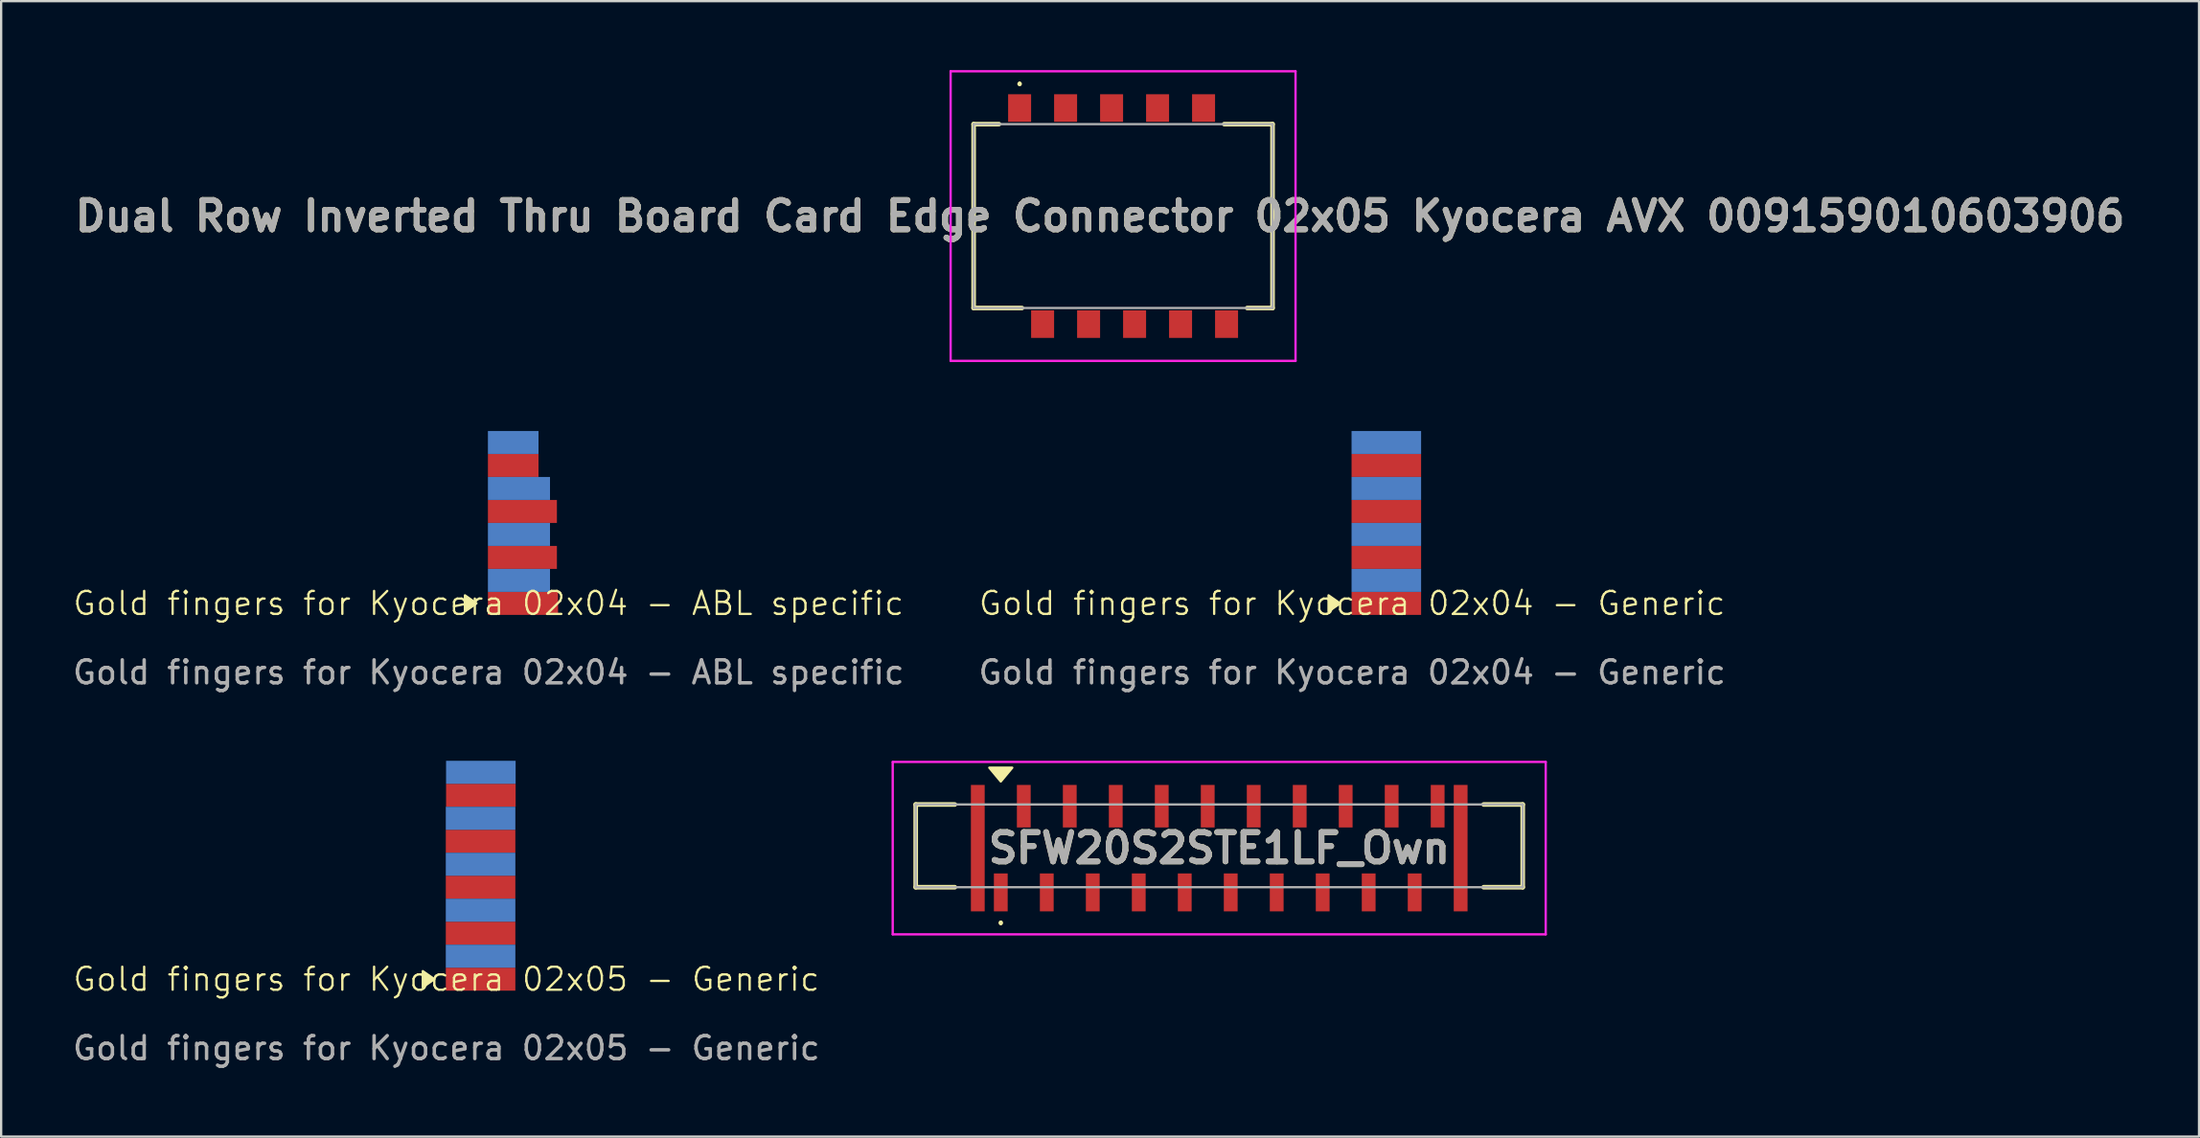
<source format=kicad_pcb>
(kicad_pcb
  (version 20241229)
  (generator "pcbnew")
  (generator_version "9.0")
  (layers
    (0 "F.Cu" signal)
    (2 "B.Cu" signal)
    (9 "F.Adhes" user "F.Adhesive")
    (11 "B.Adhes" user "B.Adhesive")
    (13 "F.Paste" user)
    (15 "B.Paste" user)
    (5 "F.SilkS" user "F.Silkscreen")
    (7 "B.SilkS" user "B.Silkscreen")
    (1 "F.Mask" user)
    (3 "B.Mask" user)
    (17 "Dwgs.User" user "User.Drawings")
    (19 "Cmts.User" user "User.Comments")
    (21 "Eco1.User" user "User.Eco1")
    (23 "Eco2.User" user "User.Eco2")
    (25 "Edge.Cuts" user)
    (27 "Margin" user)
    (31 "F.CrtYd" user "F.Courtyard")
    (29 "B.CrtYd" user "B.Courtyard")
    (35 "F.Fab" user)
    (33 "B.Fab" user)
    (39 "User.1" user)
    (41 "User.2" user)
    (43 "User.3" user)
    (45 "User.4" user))
  (footprint "SFW20S2STE1LF_Own"
    (layer "F.Cu")
    (at 49.976 33.848)
    (property "Reference" "SFW20S2STE1LF_Own" (at 0 0 0) (layer "F.SilkS") (effects (font (size 1.27 1.27) (thickness 0.254))))
    (attr smd)
    (fp_line (start -13.2 -1.9) (end -13.2 1.7) (stroke (width 0.2) (type solid)) (layer "F.SilkS"))
    (fp_line (start -13.2 1.7) (end -11.5 1.7) (stroke (width 0.2) (type solid)) (layer "F.SilkS"))
    (fp_line (start -11.5 -1.9) (end -13.2 -1.9) (stroke (width 0.2) (type solid)) (layer "F.SilkS"))
    (fp_line (start -9.5 3.2) (end -9.5 3.2) (stroke (width 0.1) (type solid)) (layer "F.SilkS"))
    (fp_line (start -9.5 3.3) (end -9.5 3.3) (stroke (width 0.1) (type solid)) (layer "F.SilkS"))
    (fp_line (start 11.5 -1.9) (end 13.2 -1.9) (stroke (width 0.2) (type solid)) (layer "F.SilkS"))
    (fp_line (start 13.2 -1.9) (end 13.2 1.7) (stroke (width 0.2) (type solid)) (layer "F.SilkS"))
    (fp_line (start 13.2 1.7) (end 11.5 1.7) (stroke (width 0.2) (type solid)) (layer "F.SilkS"))
    (fp_arc (start -9.5 3.2) (mid -9.45 3.25) (end -9.5 3.3) (stroke (width 0.1) (type solid)) (layer "F.SilkS"))
    (fp_arc (start -9.5 3.3) (mid -9.55 3.25) (end -9.5 3.2) (stroke (width 0.1) (type solid)) (layer "F.SilkS"))
    (fp_poly (pts (xy -9.5 -2.9) (xy -9 -3.5) (xy -10 -3.5)) (stroke (width 0.1) (type solid)) (fill yes) (layer "F.SilkS"))
    (fp_line (start -14.2 -3.75) (end 14.2 -3.75) (stroke (width 0.1) (type solid)) (layer "F.CrtYd"))
    (fp_line (start -14.2 3.75) (end -14.2 -3.75) (stroke (width 0.1) (type solid)) (layer "F.CrtYd"))
    (fp_line (start 14.2 -3.75) (end 14.2 3.75) (stroke (width 0.1) (type solid)) (layer "F.CrtYd"))
    (fp_line (start 14.2 3.75) (end -14.2 3.75) (stroke (width 0.1) (type solid)) (layer "F.CrtYd"))
    (fp_line (start -13.2 -1.9) (end 13.2 -1.9) (stroke (width 0.1) (type solid)) (layer "F.Fab"))
    (fp_line (start -13.2 1.7) (end -13.2 -1.9) (stroke (width 0.1) (type solid)) (layer "F.Fab"))
    (fp_line (start 13.2 -1.9) (end 13.2 1.7) (stroke (width 0.1) (type solid)) (layer "F.Fab"))
    (fp_line (start 13.2 1.7) (end -13.2 1.7) (stroke (width 0.1) (type solid)) (layer "F.Fab"))
    (fp_text user "${REFERENCE}" (at 0 0 0) (layer "F.Fab") (effects (font (size 1.27 1.27) (thickness 0.254))))
    (pad "1" smd rect (at -9.5 1.925) (size 0.6 1.65) (layers "F.Cu" "F.Mask" "F.Paste"))
    (pad "2" smd rect (at -8.5 -1.825) (size 0.6 1.85) (layers "F.Cu" "F.Mask" "F.Paste"))
    (pad "3" smd rect (at -7.5 1.925) (size 0.6 1.65) (layers "F.Cu" "F.Mask" "F.Paste"))
    (pad "4" smd rect (at -6.5 -1.825) (size 0.6 1.85) (layers "F.Cu" "F.Mask" "F.Paste"))
    (pad "5" smd rect (at -5.5 1.925) (size 0.6 1.65) (layers "F.Cu" "F.Mask" "F.Paste"))
    (pad "6" smd rect (at -4.5 -1.825) (size 0.6 1.85) (layers "F.Cu" "F.Mask" "F.Paste"))
    (pad "7" smd rect (at -3.5 1.925) (size 0.6 1.65) (layers "F.Cu" "F.Mask" "F.Paste"))
    (pad "8" smd rect (at -2.5 -1.825) (size 0.6 1.85) (layers "F.Cu" "F.Mask" "F.Paste"))
    (pad "9" smd rect (at -1.5 1.925) (size 0.6 1.65) (layers "F.Cu" "F.Mask" "F.Paste"))
    (pad "10" smd rect (at -0.5 -1.825) (size 0.6 1.85) (layers "F.Cu" "F.Mask" "F.Paste"))
    (pad "11" smd rect (at 0.5 1.925) (size 0.6 1.65) (layers "F.Cu" "F.Mask" "F.Paste"))
    (pad "12" smd rect (at 1.5 -1.825) (size 0.6 1.85) (layers "F.Cu" "F.Mask" "F.Paste"))
    (pad "13" smd rect (at 2.5 1.925) (size 0.6 1.65) (layers "F.Cu" "F.Mask" "F.Paste"))
    (pad "14" smd rect (at 3.5 -1.825) (size 0.6 1.85) (layers "F.Cu" "F.Mask" "F.Paste"))
    (pad "15" smd rect (at 4.5 1.925) (size 0.6 1.65) (layers "F.Cu" "F.Mask" "F.Paste"))
    (pad "16" smd rect (at 5.5 -1.825) (size 0.6 1.85) (layers "F.Cu" "F.Mask" "F.Paste"))
    (pad "17" smd rect (at 6.5 1.925) (size 0.6 1.65) (layers "F.Cu" "F.Mask" "F.Paste"))
    (pad "18" smd rect (at 7.5 -1.825) (size 0.6 1.85) (layers "F.Cu" "F.Mask" "F.Paste"))
    (pad "19" smd rect (at 8.5 1.925) (size 0.6 1.65) (layers "F.Cu" "F.Mask" "F.Paste"))
    (pad "20" smd rect (at 9.5 -1.825) (size 0.6 1.85) (layers "F.Cu" "F.Mask" "F.Paste"))
    (pad "MP1" smd rect (at -10.5 0) (size 0.6 5.5) (layers "F.Cu" "F.Mask" "F.Paste"))
    (pad "MP2" smd rect (at 10.5 0) (size 0.6 5.5) (layers "F.Cu" "F.Mask" "F.Paste")))
  (footprint "Gold fingers for Kyocera 02x05 - Generic"
    (layer "F.Cu")
    (at 16.363 40.048)
    (property "Reference" "Gold fingers for Kyocera 02x05 - Generic" (at 0 -0.5 0) (unlocked yes) (layer "F.SilkS") (effects (font (size 1 1) (thickness 0.1))))
    (attr smd)
    (fp_poly (pts (xy -0.525 -0.5) (xy -1.025 -0.85) (xy -1.025 -0.15)) (stroke (width 0.1) (type solid)) (fill yes) (layer "F.SilkS"))
    (fp_text user "${REFERENCE}" (at 0 2.5 0) (unlocked yes) (layer "F.Fab") (effects (font (size 1 1) (thickness 0.15))))
    (pad "1" smd rect (at 1.488 -0.5) (size 3.025 1) (layers "F.Cu" "F.Mask" "F.Paste"))
    (pad "2" smd rect (at 1.488 -1.5) (size 3.025 1) (layers "B.Cu" "B.Mask" "B.Paste"))
    (pad "3" smd rect (at 1.488 -2.5) (size 3.025 1) (layers "F.Cu" "F.Mask" "F.Paste"))
    (pad "4" smd rect (at 1.488 -3.5) (size 3.025 1) (layers "B.Cu" "B.Mask" "B.Paste"))
    (pad "5" smd rect (at 1.488 -4.5) (size 3.025 1) (layers "F.Cu" "F.Mask" "F.Paste"))
    (pad "6" smd rect (at 1.488 -5.5) (size 3.025 1) (layers "B.Cu" "B.Mask" "B.Paste"))
    (pad "7" smd rect (at 1.488 -6.5) (size 3.025 1) (layers "F.Cu" "F.Mask" "F.Paste"))
    (pad "8" smd rect (at 1.488 -7.5) (size 3.025 1) (layers "B.Cu" "B.Mask" "B.Paste"))
    (pad "9" smd rect (at 1.5 -8.5) (size 3.025 1) (layers "F.Cu" "F.Mask" "F.Paste"))
    (pad "10" smd rect (at 1.5 -9.5) (size 3.025 1) (layers "B.Cu" "B.Mask" "B.Paste")))
  (footprint "Gold fingers for Kyocera 02x04 - ABL specific"
    (layer "F.Cu")
    (at 18.196 23.7)
    (property "Reference" "Gold fingers for Kyocera 02x04 - ABL specific" (at 0 -0.5 0) (unlocked yes) (layer "F.SilkS") (effects (font (size 1 1) (thickness 0.1))))
    (attr smd)
    (fp_poly (pts (xy -0.525 -0.5) (xy -1.025 -0.85) (xy -1.025 -0.15)) (stroke (width 0.1) (type solid)) (fill yes) (layer "F.SilkS"))
    (fp_text user "${REFERENCE}" (at 0 2.5 0) (unlocked yes) (layer "F.Fab") (effects (font (size 1 1) (thickness 0.15))))
    (pad "1" smd rect (at 1.5 -0.5) (size 3.05 1) (layers "F.Cu" "F.Mask" "F.Paste"))
    (pad "2" smd rect (at 1.325 -1.5) (size 2.7 1) (layers "B.Cu" "B.Mask" "B.Paste"))
    (pad "3" smd rect (at 1.475 -2.5) (size 3 1) (layers "F.Cu" "F.Mask" "F.Paste"))
    (pad "4" smd rect (at 1.325 -3.5) (size 2.7 1) (layers "B.Cu" "B.Mask" "B.Paste"))
    (pad "5" smd rect (at 1.475 -4.5) (size 3 1) (layers "F.Cu" "F.Mask" "F.Paste"))
    (pad "6" smd rect (at 1.325 -5.5) (size 2.7 1) (layers "B.Cu" "B.Mask" "B.Paste"))
    (pad "7" smd rect (at 1.075 -6.5) (size 2.2 1) (layers "F.Cu" "F.Mask" "F.Paste"))
    (pad "8" smd rect (at 1.075 -7.5) (size 2.2 1) (layers "B.Cu" "B.Mask" "B.Paste")))
  (footprint "Dual Row Inverted Thru Board Card Edge Connector 02x05 Kyocera AVX 009159010603906"
    (layer "F.Cu")
    (at 43.795 6.35)
    (property "Reference" "Dual Row Inverted Thru Board Card Edge Connector 02x05 Kyocera AVX 009159010603906" (at 1 0 0) (layer "F.SilkS") (effects (font (size 1.27 1.27) (thickness 0.254))))
    (attr smd)
    (fp_line (start -4.5 -4) (end -4.5 4) (stroke (width 0.2) (type solid)) (layer "F.SilkS"))
    (fp_line (start -4.5 4) (end -2.4 4) (stroke (width 0.2) (type solid)) (layer "F.SilkS"))
    (fp_line (start -3.4 -4) (end -4.5 -4) (stroke (width 0.2) (type solid)) (layer "F.SilkS"))
    (fp_line (start -2.5 -5.8) (end -2.5 -5.8) (stroke (width 0.1) (type solid)) (layer "F.SilkS"))
    (fp_line (start -2.5 -5.7) (end -2.5 -5.7) (stroke (width 0.1) (type solid)) (layer "F.SilkS"))
    (fp_line (start 7.4 4) (end 8.5 4) (stroke (width 0.2) (type solid)) (layer "F.SilkS"))
    (fp_line (start 8.5 -4) (end 6.4 -4) (stroke (width 0.2) (type solid)) (layer "F.SilkS"))
    (fp_line (start 8.5 4) (end 8.5 -4) (stroke (width 0.2) (type solid)) (layer "F.SilkS"))
    (fp_arc (start -2.5 -5.8) (mid -2.45 -5.75) (end -2.5 -5.7) (stroke (width 0.1) (type solid)) (layer "F.SilkS"))
    (fp_arc (start -2.5 -5.7) (mid -2.55 -5.75) (end -2.5 -5.8) (stroke (width 0.1) (type solid)) (layer "F.SilkS"))
    (fp_line (start -5.5 -6.3) (end 9.5 -6.3) (stroke (width 0.1) (type solid)) (layer "F.CrtYd"))
    (fp_line (start -5.5 6.3) (end -5.5 -6.3) (stroke (width 0.1) (type solid)) (layer "F.CrtYd"))
    (fp_line (start 9.5 -6.3) (end 9.5 6.3) (stroke (width 0.1) (type solid)) (layer "F.CrtYd"))
    (fp_line (start 9.5 6.3) (end -5.5 6.3) (stroke (width 0.1) (type solid)) (layer "F.CrtYd"))
    (fp_line (start -4.5 -4) (end 8.5 -4) (stroke (width 0.1) (type solid)) (layer "F.Fab"))
    (fp_line (start -4.5 4) (end -4.5 -4) (stroke (width 0.1) (type solid)) (layer "F.Fab"))
    (fp_line (start 8.5 -4) (end 8.5 4) (stroke (width 0.1) (type solid)) (layer "F.Fab"))
    (fp_line (start 8.5 4) (end -4.5 4) (stroke (width 0.1) (type solid)) (layer "F.Fab"))
    (fp_text user "${REFERENCE}" (at 1 0 0) (layer "F.Fab") (effects (font (size 1.27 1.27) (thickness 0.254))))
    (pad "1" smd rect (at -2.5 -4.7) (size 1 1.2) (layers "F.Cu" "F.Mask" "F.Paste"))
    (pad "2" smd rect (at -1.5 4.7) (size 1 1.2) (layers "F.Cu" "F.Mask" "F.Paste"))
    (pad "3" smd rect (at -0.5 -4.7) (size 1 1.2) (layers "F.Cu" "F.Mask" "F.Paste"))
    (pad "4" smd rect (at 0.5 4.7) (size 1 1.2) (layers "F.Cu" "F.Mask" "F.Paste"))
    (pad "5" smd rect (at 1.5 -4.7) (size 1 1.2) (layers "F.Cu" "F.Mask" "F.Paste"))
    (pad "6" smd rect (at 2.5 4.7) (size 1 1.2) (layers "F.Cu" "F.Mask" "F.Paste"))
    (pad "7" smd rect (at 3.5 -4.7) (size 1 1.2) (layers "F.Cu" "F.Mask" "F.Paste"))
    (pad "8" smd rect (at 4.5 4.7) (size 1 1.2) (layers "F.Cu" "F.Mask" "F.Paste"))
    (pad "9" smd rect (at 5.5 -4.7) (size 1 1.2) (layers "F.Cu" "F.Mask" "F.Paste"))
    (pad "10" smd rect (at 6.5 4.7) (size 1 1.2) (layers "F.Cu" "F.Mask" "F.Paste")))
  (footprint "Gold fingers for Kyocera 02x04 - Generic"
    (layer "F.Cu")
    (at 55.756 23.7)
    (property "Reference" "Gold fingers for Kyocera 02x04 - Generic" (at 0 -0.5 0) (unlocked yes) (layer "F.SilkS") (effects (font (size 1 1) (thickness 0.1))))
    (attr smd)
    (fp_poly (pts (xy -0.525 -0.5) (xy -1.025 -0.85) (xy -1.025 -0.15)) (stroke (width 0.1) (type solid)) (fill yes) (layer "F.SilkS"))
    (fp_text user "${REFERENCE}" (at 0 2.5 0) (unlocked yes) (layer "F.Fab") (effects (font (size 1 1) (thickness 0.15))))
    (pad "1" smd rect (at 1.488 -0.5) (size 3.025 1) (layers "F.Cu" "F.Mask" "F.Paste"))
    (pad "2" smd rect (at 1.488 -1.5) (size 3.025 1) (layers "B.Cu" "B.Mask" "B.Paste"))
    (pad "3" smd rect (at 1.488 -2.5) (size 3.025 1) (layers "F.Cu" "F.Mask" "F.Paste"))
    (pad "4" smd rect (at 1.488 -3.5) (size 3.025 1) (layers "B.Cu" "B.Mask" "B.Paste"))
    (pad "5" smd rect (at 1.488 -4.5) (size 3.025 1) (layers "F.Cu" "F.Mask" "F.Paste"))
    (pad "6" smd rect (at 1.488 -5.5) (size 3.025 1) (layers "B.Cu" "B.Mask" "B.Paste"))
    (pad "7" smd rect (at 1.488 -6.5) (size 3.025 1) (layers "F.Cu" "F.Mask" "F.Paste"))
    (pad "8" smd rect (at 1.488 -7.5) (size 3.025 1) (layers "B.Cu" "B.Mask" "B.Paste")))
  (gr_rect
    (start -3 -3)
    (end 92.589 46.396)
    (stroke (width 0.1) (type default))
    (fill no)
    (layer "Edge.Cuts")))
</source>
